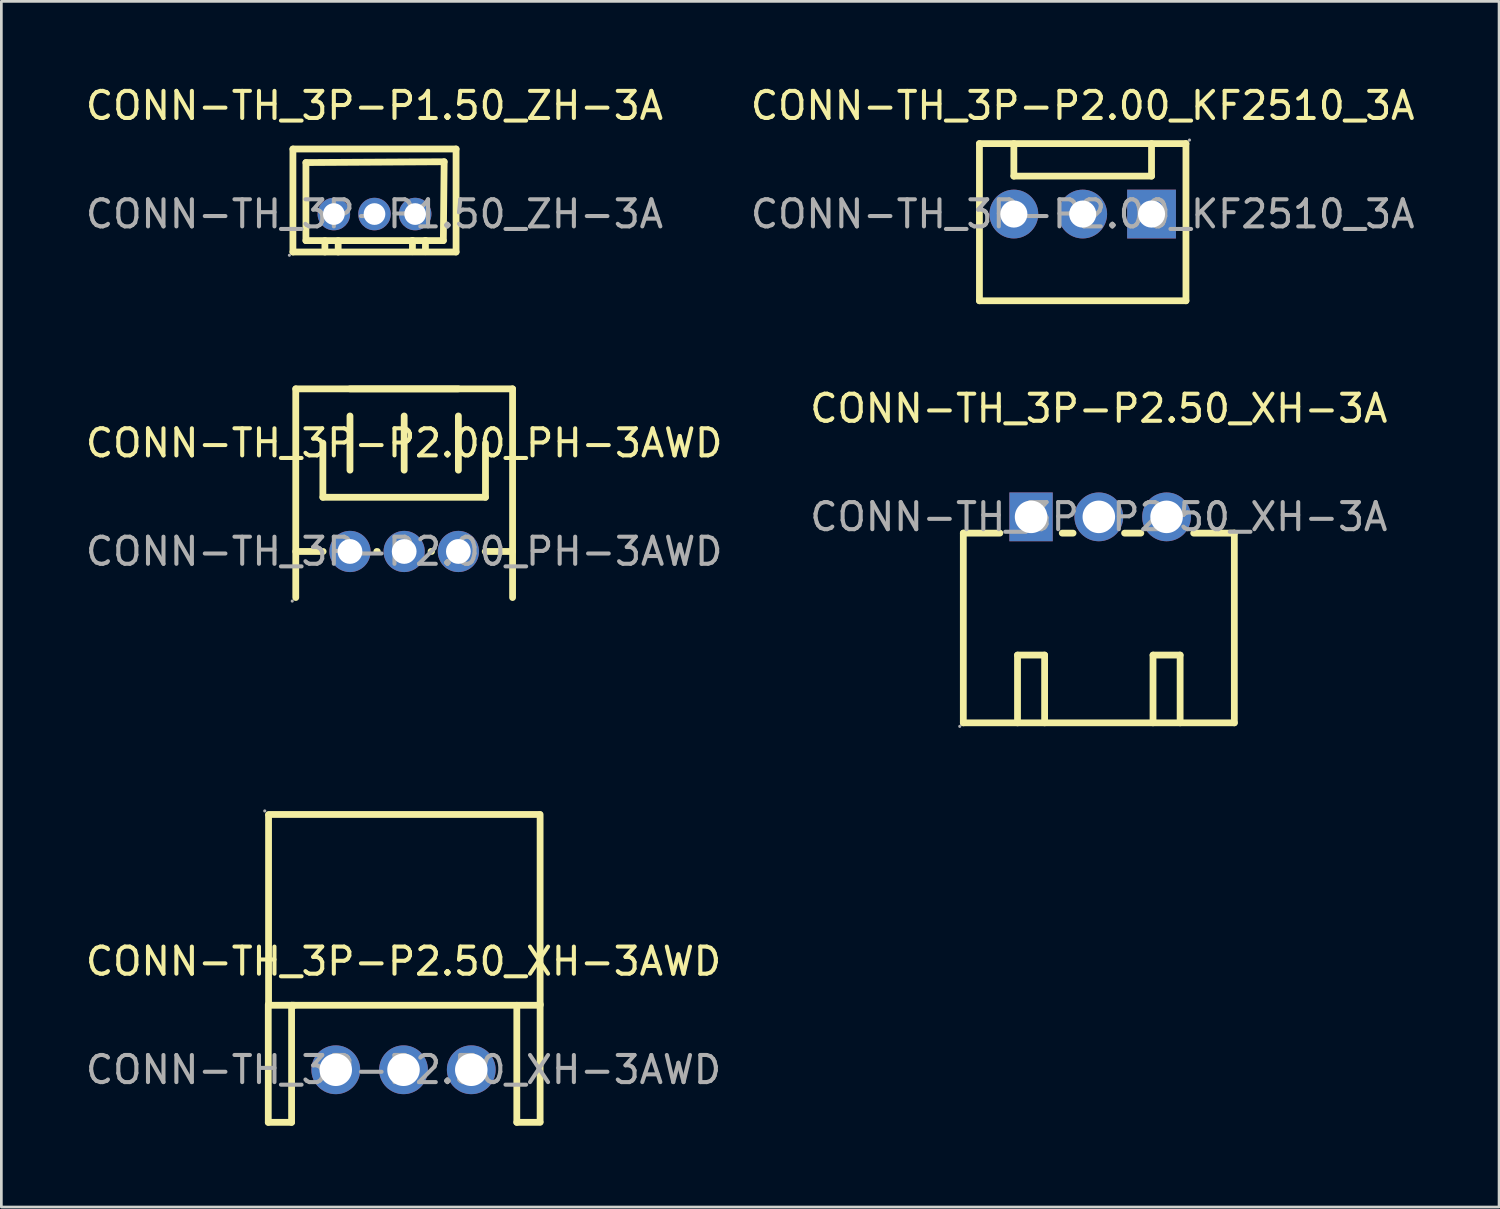
<source format=kicad_pcb>
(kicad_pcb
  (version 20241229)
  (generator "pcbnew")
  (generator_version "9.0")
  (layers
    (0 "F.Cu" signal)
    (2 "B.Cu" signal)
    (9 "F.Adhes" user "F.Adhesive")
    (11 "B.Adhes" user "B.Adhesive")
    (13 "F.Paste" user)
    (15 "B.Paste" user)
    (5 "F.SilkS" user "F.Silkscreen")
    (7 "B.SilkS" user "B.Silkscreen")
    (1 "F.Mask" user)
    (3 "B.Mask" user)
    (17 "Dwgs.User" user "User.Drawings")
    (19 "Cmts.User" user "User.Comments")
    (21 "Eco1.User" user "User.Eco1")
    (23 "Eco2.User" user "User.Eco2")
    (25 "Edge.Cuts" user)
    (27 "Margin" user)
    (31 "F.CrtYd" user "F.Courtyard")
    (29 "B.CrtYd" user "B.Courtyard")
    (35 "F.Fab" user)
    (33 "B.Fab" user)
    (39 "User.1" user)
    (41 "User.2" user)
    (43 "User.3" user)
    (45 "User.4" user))
  (footprint "CONN-TH_3P-P2.50_XH-3AWD"
    (layer "F.Cu")
    (at 11.839 36.422)
    (property "Reference" "CONN-TH_3P-P2.50_XH-3AWD" (at 0 -4 0) (layer "F.SilkS") (effects (font (size 1 1) (thickness 0.15))))
    (attr through_hole)
    (fp_line (start -4.99 -2.41) (end -4.99 1.94) (stroke (width 0.25) (type solid)) (layer "F.SilkS"))
    (fp_line (start -4.99 1.94) (end -4.13 1.94) (stroke (width 0.25) (type solid)) (layer "F.SilkS"))
    (fp_line (start -4.98 -9.42) (end 5.02 -9.42) (stroke (width 0.25) (type solid)) (layer "F.SilkS"))
    (fp_line (start -4.98 -2.39) (end -4.98 -9.39) (stroke (width 0.25) (type solid)) (layer "F.SilkS"))
    (fp_line (start -4.98 -2.38) (end -4.02 -2.38) (stroke (width 0.25) (type solid)) (layer "F.SilkS"))
    (fp_line (start -4.13 -2.38) (end 5.04 -2.38) (stroke (width 0.25) (type solid)) (layer "F.SilkS"))
    (fp_line (start -4.13 1.94) (end -4.13 -2.38) (stroke (width 0.25) (type solid)) (layer "F.SilkS"))
    (fp_line (start 4.18 1.94) (end 4.18 -2.38) (stroke (width 0.25) (type solid)) (layer "F.SilkS"))
    (fp_line (start 5.04 -2.43) (end 5.04 1.92) (stroke (width 0.25) (type solid)) (layer "F.SilkS"))
    (fp_line (start 5.04 -2.42) (end 5.04 -9.42) (stroke (width 0.25) (type solid)) (layer "F.SilkS"))
    (fp_line (start 5.04 1.94) (end 4.18 1.94) (stroke (width 0.25) (type solid)) (layer "F.SilkS"))
    (fp_circle (center -5.12 -9.55) (end -5.09 -9.55) (stroke (width 0.06) (type solid)) (fill no) (layer "F.Fab"))
    (fp_circle (center -2.5 0) (end -2.25 0) (stroke (width 0.5) (type solid)) (fill no) (layer "F.Fab"))
    (fp_circle (center 0 0) (end 0.25 0) (stroke (width 0.5) (type solid)) (fill no) (layer "F.Fab"))
    (fp_circle (center 2.5 0) (end 2.75 0) (stroke (width 0.5) (type solid)) (fill no) (layer "F.Fab"))
    (fp_text user "${REFERENCE}" (at 0 0 0) (layer "F.Fab") (effects (font (size 1 1) (thickness 0.15))))
    (pad "1" thru_hole circle (at -2.5 0) (size 1.8 1.8) (drill 1.199) (layers "*.Cu" "*.Paste" "*.Mask"))
    (pad "2" thru_hole circle (at 0 0) (size 1.8 1.8) (drill 1.199) (layers "*.Cu" "*.Paste" "*.Mask"))
    (pad "3" thru_hole circle (at 2.5 0) (size 1.8 1.8) (drill 1.199) (layers "*.Cu" "*.Paste" "*.Mask")))
  (footprint "CONN-TH_3P-P2.00_PH-3AWD"
    (layer "F.Cu")
    (at 11.863 17.298)
    (property "Reference" "CONN-TH_3P-P2.00_PH-3AWD" (at 0 -4 0) (layer "F.SilkS") (effects (font (size 1 1) (thickness 0.15))))
    (attr through_hole)
    (fp_line (start -4 -6) (end 2 -6) (stroke (width 0.25) (type solid)) (layer "F.SilkS"))
    (fp_line (start -4 0) (end -2.99 0) (stroke (width 0.25) (type solid)) (layer "F.SilkS"))
    (fp_line (start -4 1.7) (end -4 -6) (stroke (width 0.25) (type solid)) (layer "F.SilkS"))
    (fp_line (start -3 -4) (end -3 -2) (stroke (width 0.25) (type solid)) (layer "F.SilkS"))
    (fp_line (start -3 -2) (end 3 -2) (stroke (width 0.25) (type solid)) (layer "F.SilkS"))
    (fp_line (start -2 -6) (end 4 -6) (stroke (width 0.25) (type solid)) (layer "F.SilkS"))
    (fp_line (start -2 -5) (end -2 -3) (stroke (width 0.25) (type solid)) (layer "F.SilkS"))
    (fp_line (start -1.01 0) (end -0.99 0) (stroke (width 0.25) (type solid)) (layer "F.SilkS"))
    (fp_line (start 0 -5) (end 0 -3) (stroke (width 0.25) (type solid)) (layer "F.SilkS"))
    (fp_line (start 0.99 0) (end 1.01 0) (stroke (width 0.25) (type solid)) (layer "F.SilkS"))
    (fp_line (start 2 -5) (end 2 -3) (stroke (width 0.25) (type solid)) (layer "F.SilkS"))
    (fp_line (start 2.99 0) (end 4 0) (stroke (width 0.25) (type solid)) (layer "F.SilkS"))
    (fp_line (start 3 -2) (end 3 -4) (stroke (width 0.25) (type solid)) (layer "F.SilkS"))
    (fp_line (start 4 1.7) (end 4 -6) (stroke (width 0.25) (type solid)) (layer "F.SilkS"))
    (fp_circle (center -4.13 1.83) (end -4.1 1.83) (stroke (width 0.06) (type solid)) (fill no) (layer "F.Fab"))
    (fp_circle (center -2 0) (end -1.82 0) (stroke (width 0.36) (type solid)) (fill no) (layer "F.Fab"))
    (fp_circle (center 0 0) (end 0.18 0) (stroke (width 0.36) (type solid)) (fill no) (layer "F.Fab"))
    (fp_circle (center 2 0) (end 2.18 0) (stroke (width 0.36) (type solid)) (fill no) (layer "F.Fab"))
    (fp_text user "${REFERENCE}" (at 0 0 0) (layer "F.Fab") (effects (font (size 1 1) (thickness 0.15))))
    (pad "1" thru_hole circle (at -2 0) (size 1.52 1.52) (drill 0.914) (layers "*.Cu" "*.Paste" "*.Mask"))
    (pad "2" thru_hole circle (at 0 0) (size 1.52 1.52) (drill 0.914) (layers "*.Cu" "*.Paste" "*.Mask"))
    (pad "3" thru_hole circle (at 2 0) (size 1.52 1.52) (drill 0.914) (layers "*.Cu" "*.Paste" "*.Mask")))
  (footprint "CONN-TH_3P-P2.50_XH-3A"
    (layer "F.Cu")
    (at 37.494 16.021)
    (property "Reference" "CONN-TH_3P-P2.50_XH-3A" (at 0 -4 0) (layer "F.SilkS") (effects (font (size 1 1) (thickness 0.15))))
    (attr through_hole)
    (fp_line (start -5 0.6) (end -5 7.6) (stroke (width 0.25) (type solid)) (layer "F.SilkS"))
    (fp_line (start -5 7.6) (end 5 7.6) (stroke (width 0.25) (type solid)) (layer "F.SilkS"))
    (fp_line (start -3.65 0.6) (end -5 0.6) (stroke (width 0.25) (type solid)) (layer "F.SilkS"))
    (fp_line (start -3 7.6) (end -3 5.1) (stroke (width 0.25) (type solid)) (layer "F.SilkS"))
    (fp_line (start -2 5.1) (end -3 5.1) (stroke (width 0.25) (type solid)) (layer "F.SilkS"))
    (fp_line (start -2 7.6) (end -2 5.1) (stroke (width 0.25) (type solid)) (layer "F.SilkS"))
    (fp_line (start -0.95 0.6) (end -1.35 0.6) (stroke (width 0.25) (type solid)) (layer "F.SilkS"))
    (fp_line (start 1.55 0.6) (end 0.95 0.6) (stroke (width 0.25) (type solid)) (layer "F.SilkS"))
    (fp_line (start 2 7.6) (end 2 5.1) (stroke (width 0.25) (type solid)) (layer "F.SilkS"))
    (fp_line (start 3 5.1) (end 2 5.1) (stroke (width 0.25) (type solid)) (layer "F.SilkS"))
    (fp_line (start 3 7.6) (end 3 5.1) (stroke (width 0.25) (type solid)) (layer "F.SilkS"))
    (fp_line (start 5 0.6) (end 3.5 0.6) (stroke (width 0.25) (type solid)) (layer "F.SilkS"))
    (fp_line (start 5 0.6) (end 5 7.6) (stroke (width 0.25) (type solid)) (layer "F.SilkS"))
    (fp_circle (center -5.13 7.73) (end -5.1 7.73) (stroke (width 0.06) (type solid)) (fill no) (layer "F.Fab"))
    (fp_circle (center -2.5 0) (end -2.25 0) (stroke (width 0.5) (type solid)) (fill no) (layer "F.Fab"))
    (fp_circle (center 0 0) (end 0.25 0) (stroke (width 0.5) (type solid)) (fill no) (layer "F.Fab"))
    (fp_circle (center 2.5 0) (end 2.75 0) (stroke (width 0.5) (type solid)) (fill no) (layer "F.Fab"))
    (fp_text user "${REFERENCE}" (at 0 0 0) (layer "F.Fab") (effects (font (size 1 1) (thickness 0.15))))
    (pad "1" thru_hole rect (at -2.5 0 180) (size 1.6 1.8) (drill 1.2) (layers "*.Cu" "*.Paste" "*.Mask"))
    (pad "2" thru_hole circle (at 0 0 180) (size 1.8 1.8) (drill 1.2) (layers "*.Cu" "*.Paste" "*.Mask"))
    (pad "3" thru_hole circle (at 2.5 0 180) (size 1.8 1.8) (drill 1.2) (layers "*.Cu" "*.Paste" "*.Mask")))
  (footprint "CONN-TH_3P-P1.50_ZH-3A"
    (layer "F.Cu")
    (at 10.768 4.848)
    (property "Reference" "CONN-TH_3P-P1.50_ZH-3A" (at 0 -4 0) (layer "F.SilkS") (effects (font (size 1 1) (thickness 0.15))))
    (attr through_hole)
    (fp_line (start -3.01 -2.4) (end -3.01 1.4) (stroke (width 0.25) (type solid)) (layer "F.SilkS"))
    (fp_line (start -3.01 -2.4) (end 3.01 -2.4) (stroke (width 0.25) (type solid)) (layer "F.SilkS"))
    (fp_line (start -2.53 -1.9) (end 2.57 -1.93) (stroke (width 0.25) (type solid)) (layer "F.SilkS"))
    (fp_line (start -2.53 0.98) (end -2.53 -1.9) (stroke (width 0.25) (type solid)) (layer "F.SilkS"))
    (fp_line (start -2.53 0.98) (end 2.54 0.98) (stroke (width 0.25) (type solid)) (layer "F.SilkS"))
    (fp_line (start -1.83 0.98) (end -1.83 1.4) (stroke (width 0.25) (type solid)) (layer "F.SilkS"))
    (fp_line (start -1.34 0.98) (end -1.34 1.4) (stroke (width 0.25) (type solid)) (layer "F.SilkS"))
    (fp_line (start 1.4 0.97) (end 1.4 1.39) (stroke (width 0.25) (type solid)) (layer "F.SilkS"))
    (fp_line (start 1.88 0.97) (end 1.88 1.39) (stroke (width 0.25) (type solid)) (layer "F.SilkS"))
    (fp_line (start 2.57 -1.93) (end 2.54 0.98) (stroke (width 0.25) (type solid)) (layer "F.SilkS"))
    (fp_line (start 3.01 1.4) (end -3.01 1.4) (stroke (width 0.25) (type solid)) (layer "F.SilkS"))
    (fp_line (start 3.01 1.4) (end 3.01 -2.4) (stroke (width 0.25) (type solid)) (layer "F.SilkS"))
    (fp_circle (center -3.14 1.52) (end -3.11 1.52) (stroke (width 0.06) (type solid)) (fill no) (layer "F.Fab"))
    (fp_circle (center -1.5 0) (end -1.35 0) (stroke (width 0.3) (type solid)) (fill no) (layer "F.Fab"))
    (fp_circle (center 0 0) (end 0.15 0) (stroke (width 0.3) (type solid)) (fill no) (layer "F.Fab"))
    (fp_circle (center 1.5 0) (end 1.65 0) (stroke (width 0.3) (type solid)) (fill no) (layer "F.Fab"))
    (fp_text user "${REFERENCE}" (at 0 0 0) (layer "F.Fab") (effects (font (size 1 1) (thickness 0.15))))
    (pad "1" thru_hole circle (at -1.5 0 180) (size 1.2 1.2) (drill 0.8) (layers "*.Cu" "*.Paste" "*.Mask"))
    (pad "2" thru_hole circle (at 0 0 180) (size 1.2 1.2) (drill 0.8) (layers "*.Cu" "*.Paste" "*.Mask"))
    (pad "3" thru_hole circle (at 1.5 0 180) (size 1.2 1.2) (drill 0.8) (layers "*.Cu" "*.Paste" "*.Mask")))
  (footprint "CONN-TH_3P-P2.00_KF2510_3A"
    (layer "F.Cu")
    (at 36.899 4.848)
    (property "Reference" "CONN-TH_3P-P2.00_KF2510_3A" (at 0 -4 0) (layer "F.SilkS") (effects (font (size 1 1) (thickness 0.15))))
    (attr through_hole)
    (fp_line (start -3.81 -2.6) (end 3.81 -2.6) (stroke (width 0.25) (type solid)) (layer "F.SilkS"))
    (fp_line (start -3.81 3.2) (end -3.81 -2.6) (stroke (width 0.25) (type solid)) (layer "F.SilkS"))
    (fp_line (start -2.54 -1.4) (end -2.54 -2.6) (stroke (width 0.25) (type solid)) (layer "F.SilkS"))
    (fp_line (start -2.54 -1.4) (end 2.54 -1.4) (stroke (width 0.25) (type solid)) (layer "F.SilkS"))
    (fp_line (start 2.54 -1.4) (end 2.54 -2.6) (stroke (width 0.25) (type solid)) (layer "F.SilkS"))
    (fp_line (start 3.81 3.2) (end -3.81 3.2) (stroke (width 0.25) (type solid)) (layer "F.SilkS"))
    (fp_line (start 3.81 3.2) (end 3.81 -2.6) (stroke (width 0.25) (type solid)) (layer "F.SilkS"))
    (fp_circle (center -2.54 0) (end -2.34 0) (stroke (width 0.4) (type solid)) (fill no) (layer "F.Fab"))
    (fp_circle (center 0 0) (end 0.2 0) (stroke (width 0.4) (type solid)) (fill no) (layer "F.Fab"))
    (fp_circle (center 2.54 0) (end 2.74 0) (stroke (width 0.4) (type solid)) (fill no) (layer "F.Fab"))
    (fp_circle (center 3.94 -2.73) (end 3.97 -2.73) (stroke (width 0.06) (type solid)) (fill no) (layer "F.Fab"))
    (fp_text user "${REFERENCE}" (at 0 0 0) (layer "F.Fab") (effects (font (size 1 1) (thickness 0.15))))
    (pad "1" thru_hole rect (at 2.54 0) (size 1.8 1.8) (drill 1) (layers "*.Cu" "*.Paste" "*.Mask"))
    (pad "2" thru_hole circle (at 0 0) (size 1.8 1.8) (drill 1) (layers "*.Cu" "*.Paste" "*.Mask"))
    (pad "3" thru_hole circle (at -2.54 0) (size 1.8 1.8) (drill 1) (layers "*.Cu" "*.Paste" "*.Mask")))
  (gr_rect
    (start -3 -3)
    (end 52.262 41.486)
    (stroke (width 0.1) (type default))
    (fill no)
    (layer "Edge.Cuts")))
</source>
